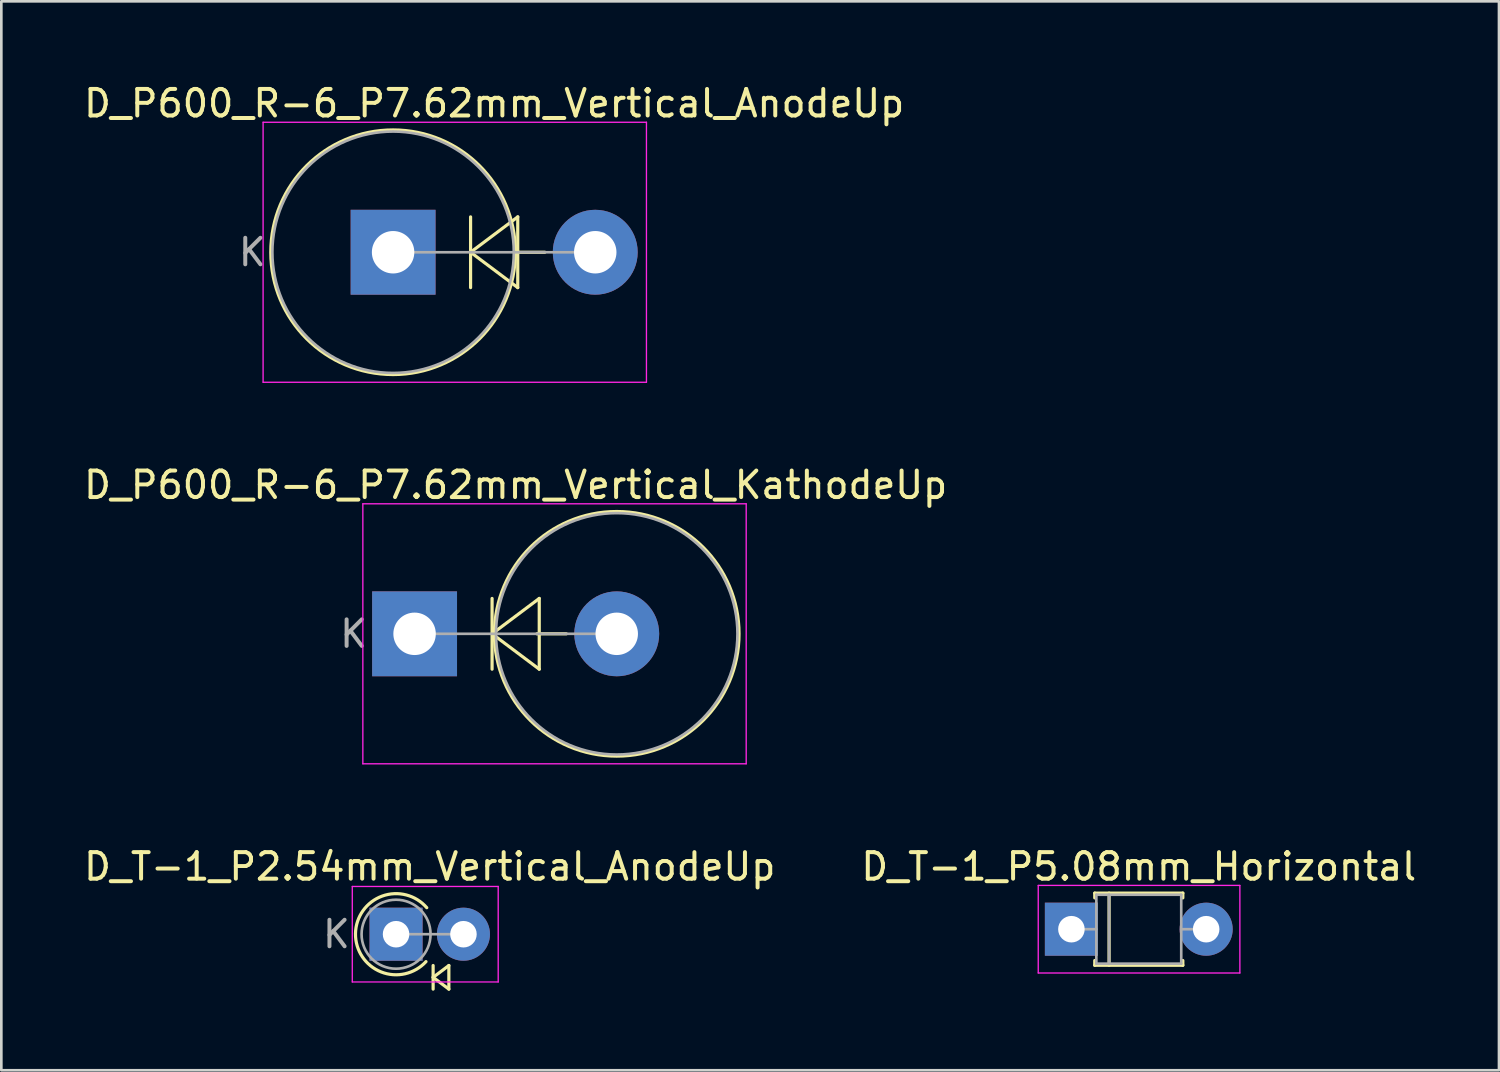
<source format=kicad_pcb>
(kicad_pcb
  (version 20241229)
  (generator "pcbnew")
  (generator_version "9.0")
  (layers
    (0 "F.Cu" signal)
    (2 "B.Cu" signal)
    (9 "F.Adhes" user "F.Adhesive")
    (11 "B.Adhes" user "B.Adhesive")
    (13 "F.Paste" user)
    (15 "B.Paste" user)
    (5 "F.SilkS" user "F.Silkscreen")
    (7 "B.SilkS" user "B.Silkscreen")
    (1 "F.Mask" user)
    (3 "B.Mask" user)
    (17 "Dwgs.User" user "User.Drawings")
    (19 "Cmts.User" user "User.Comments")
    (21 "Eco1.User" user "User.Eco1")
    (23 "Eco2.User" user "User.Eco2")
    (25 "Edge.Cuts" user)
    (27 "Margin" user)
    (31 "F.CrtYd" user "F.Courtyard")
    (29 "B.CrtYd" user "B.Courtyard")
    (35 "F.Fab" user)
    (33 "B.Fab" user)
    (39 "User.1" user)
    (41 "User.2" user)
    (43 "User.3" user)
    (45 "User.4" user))
  (footprint "D_P600_R-6_P7.62mm_Vertical_KathodeUp"
    (layer "F.Cu")
    (at 12.577 20.841)
    (property "Reference" "D_P600_R-6_P7.62mm_Vertical_KathodeUp" (at 3.81 -5.61 0) (layer "F.SilkS") (effects (font (size 1 1) (thickness 0.15))))
    (attr through_hole)
    (fp_line (start 2.921 -1.333) (end 2.921 1.333) (stroke (width 0.12) (type solid)) (layer "F.SilkS"))
    (fp_line (start 2.921 0) (end 4.699 -1.333) (stroke (width 0.12) (type solid)) (layer "F.SilkS"))
    (fp_line (start 4.61 0) (end 5.72 0) (stroke (width 0.12) (type solid)) (layer "F.SilkS"))
    (fp_line (start 4.699 -1.333) (end 4.699 1.333) (stroke (width 0.12) (type solid)) (layer "F.SilkS"))
    (fp_line (start 4.699 1.333) (end 2.921 0) (stroke (width 0.12) (type solid)) (layer "F.SilkS"))
    (fp_circle (center 7.62 0) (end 12.23 0) (stroke (width 0.12) (type solid)) (fill no) (layer "F.SilkS"))
    (fp_line (start -1.95 -4.9) (end -1.95 4.9) (stroke (width 0.05) (type solid)) (layer "F.CrtYd"))
    (fp_line (start -1.95 4.9) (end 12.5 4.9) (stroke (width 0.05) (type solid)) (layer "F.CrtYd"))
    (fp_line (start 12.5 -4.9) (end -1.95 -4.9) (stroke (width 0.05) (type solid)) (layer "F.CrtYd"))
    (fp_line (start 12.5 4.9) (end 12.5 -4.9) (stroke (width 0.05) (type solid)) (layer "F.CrtYd"))
    (fp_line (start 0 0) (end 7.62 0) (stroke (width 0.1) (type solid)) (layer "F.Fab"))
    (fp_circle (center 7.62 0) (end 12.17 0) (stroke (width 0.1) (type solid)) (fill no) (layer "F.Fab"))
    (fp_text user "K" (at -2.3 0 0) (layer "F.Fab") (effects (font (size 1 1) (thickness 0.15))))
    (pad "1" thru_hole rect (at 0 0) (size 3.2 3.2) (drill 1.6) (layers "*.Cu" "*.Mask"))
    (pad "2" thru_hole oval (at 7.62 0) (size 3.2 3.2) (drill 1.6) (layers "*.Cu" "*.Mask")))
  (footprint "D_T-1_P2.54mm_Vertical_AnodeUp"
    (layer "F.Cu")
    (at 11.879 32.164)
    (property "Reference" "D_T-1_P2.54mm_Vertical_AnodeUp" (at 1.27 -2.549 0) (layer "F.SilkS") (effects (font (size 1 1) (thickness 0.15))))
    (attr through_hole)
    (fp_line (start 1.397 1.18) (end 1.397 2.069) (stroke (width 0.12) (type solid)) (layer "F.SilkS"))
    (fp_line (start 1.397 1.625) (end 1.99 1.18) (stroke (width 0.12) (type solid)) (layer "F.SilkS"))
    (fp_line (start 1.99 1.18) (end 1.99 2.069) (stroke (width 0.12) (type solid)) (layer "F.SilkS"))
    (fp_line (start 1.99 2.069) (end 1.397 1.625) (stroke (width 0.12) (type solid)) (layer "F.SilkS"))
    (fp_arc (start 1.128185 1.032648) (mid -1.529276 -0.021846) (end 1.157222 -1) (stroke (width 0.12) (type solid)) (layer "F.SilkS"))
    (fp_line (start -1.65 -1.8) (end -1.65 1.8) (stroke (width 0.05) (type solid)) (layer "F.CrtYd"))
    (fp_line (start -1.65 1.8) (end 3.85 1.8) (stroke (width 0.05) (type solid)) (layer "F.CrtYd"))
    (fp_line (start 3.85 -1.8) (end -1.65 -1.8) (stroke (width 0.05) (type solid)) (layer "F.CrtYd"))
    (fp_line (start 3.85 1.8) (end 3.85 -1.8) (stroke (width 0.05) (type solid)) (layer "F.CrtYd"))
    (fp_line (start 0 0) (end 2.54 0) (stroke (width 0.1) (type solid)) (layer "F.Fab"))
    (fp_circle (center 0 0) (end 1.3 0) (stroke (width 0.1) (type solid)) (fill no) (layer "F.Fab"))
    (fp_text user "K" (at -2.249 0 0) (layer "F.Fab") (effects (font (size 1 1) (thickness 0.15))))
    (pad "1" thru_hole rect (at 0 0) (size 2 2) (drill 1) (layers "*.Cu" "*.Mask"))
    (pad "2" thru_hole oval (at 2.54 0) (size 2 2) (drill 1) (layers "*.Cu" "*.Mask")))
  (footprint "D_P600_R-6_P7.62mm_Vertical_AnodeUp"
    (layer "F.Cu")
    (at 11.767 6.458)
    (property "Reference" "D_P600_R-6_P7.62mm_Vertical_AnodeUp" (at 3.81 -5.61 0) (layer "F.SilkS") (effects (font (size 1 1) (thickness 0.15))))
    (attr through_hole)
    (fp_line (start 2.921 -1.333) (end 2.921 1.333) (stroke (width 0.12) (type solid)) (layer "F.SilkS"))
    (fp_line (start 2.921 0) (end 4.699 -1.333) (stroke (width 0.12) (type solid)) (layer "F.SilkS"))
    (fp_line (start 4.61 0) (end 5.72 0) (stroke (width 0.12) (type solid)) (layer "F.SilkS"))
    (fp_line (start 4.699 -1.333) (end 4.699 1.333) (stroke (width 0.12) (type solid)) (layer "F.SilkS"))
    (fp_line (start 4.699 1.333) (end 2.921 0) (stroke (width 0.12) (type solid)) (layer "F.SilkS"))
    (fp_circle (center 0 0) (end 4.61 0) (stroke (width 0.12) (type solid)) (fill no) (layer "F.SilkS"))
    (fp_line (start -4.9 -4.9) (end -4.9 4.9) (stroke (width 0.05) (type solid)) (layer "F.CrtYd"))
    (fp_line (start -4.9 4.9) (end 9.55 4.9) (stroke (width 0.05) (type solid)) (layer "F.CrtYd"))
    (fp_line (start 9.55 -4.9) (end -4.9 -4.9) (stroke (width 0.05) (type solid)) (layer "F.CrtYd"))
    (fp_line (start 9.55 4.9) (end 9.55 -4.9) (stroke (width 0.05) (type solid)) (layer "F.CrtYd"))
    (fp_line (start 0 0) (end 7.62 0) (stroke (width 0.1) (type solid)) (layer "F.Fab"))
    (fp_circle (center 0 0) (end 4.55 0) (stroke (width 0.1) (type solid)) (fill no) (layer "F.Fab"))
    (fp_text user "K" (at -5.31 0 0) (layer "F.Fab") (effects (font (size 1 1) (thickness 0.15))))
    (pad "1" thru_hole rect (at 0 0) (size 3.2 3.2) (drill 1.6) (layers "*.Cu" "*.Mask"))
    (pad "2" thru_hole oval (at 7.62 0) (size 3.2 3.2) (drill 1.6) (layers "*.Cu" "*.Mask")))
  (footprint "D_T-1_P5.08mm_Horizontal"
    (layer "F.Cu")
    (at 37.335 31.975)
    (property "Reference" "D_T-1_P5.08mm_Horizontal" (at 2.54 -2.36 0) (layer "F.SilkS") (effects (font (size 1 1) (thickness 0.15))))
    (attr through_hole)
    (fp_line (start 0.88 -1.36) (end 4.2 -1.36) (stroke (width 0.12) (type solid)) (layer "F.SilkS"))
    (fp_line (start 0.88 -1.18) (end 0.88 -1.36) (stroke (width 0.12) (type solid)) (layer "F.SilkS"))
    (fp_line (start 0.88 1.18) (end 0.88 1.36) (stroke (width 0.12) (type solid)) (layer "F.SilkS"))
    (fp_line (start 0.88 1.36) (end 4.2 1.36) (stroke (width 0.12) (type solid)) (layer "F.SilkS"))
    (fp_line (start 1.42 -1.36) (end 1.42 1.36) (stroke (width 0.12) (type solid)) (layer "F.SilkS"))
    (fp_line (start 4.2 -1.36) (end 4.2 -1.18) (stroke (width 0.12) (type solid)) (layer "F.SilkS"))
    (fp_line (start 4.2 1.36) (end 4.2 1.18) (stroke (width 0.12) (type solid)) (layer "F.SilkS"))
    (fp_line (start -1.25 -1.65) (end -1.25 1.65) (stroke (width 0.05) (type solid)) (layer "F.CrtYd"))
    (fp_line (start -1.25 1.65) (end 6.35 1.65) (stroke (width 0.05) (type solid)) (layer "F.CrtYd"))
    (fp_line (start 6.35 -1.65) (end -1.25 -1.65) (stroke (width 0.05) (type solid)) (layer "F.CrtYd"))
    (fp_line (start 6.35 1.65) (end 6.35 -1.65) (stroke (width 0.05) (type solid)) (layer "F.CrtYd"))
    (fp_line (start 0 0) (end 0.94 0) (stroke (width 0.1) (type solid)) (layer "F.Fab"))
    (fp_line (start 0.94 -1.3) (end 0.94 1.3) (stroke (width 0.1) (type solid)) (layer "F.Fab"))
    (fp_line (start 0.94 1.3) (end 4.14 1.3) (stroke (width 0.1) (type solid)) (layer "F.Fab"))
    (fp_line (start 1.42 -1.3) (end 1.42 1.3) (stroke (width 0.1) (type solid)) (layer "F.Fab"))
    (fp_line (start 4.14 -1.3) (end 0.94 -1.3) (stroke (width 0.1) (type solid)) (layer "F.Fab"))
    (fp_line (start 4.14 1.3) (end 4.14 -1.3) (stroke (width 0.1) (type solid)) (layer "F.Fab"))
    (fp_line (start 5.08 0) (end 4.14 0) (stroke (width 0.1) (type solid)) (layer "F.Fab"))
    (pad "1" thru_hole rect (at 0 0) (size 2 2) (drill 1) (layers "*.Cu" "*.Mask"))
    (pad "2" thru_hole oval (at 5.08 0) (size 2 2) (drill 1) (layers "*.Cu" "*.Mask")))
  (gr_rect
    (start -3 -3)
    (end 53.452 37.293)
    (stroke (width 0.1) (type default))
    (fill no)
    (layer "Edge.Cuts")))
</source>
